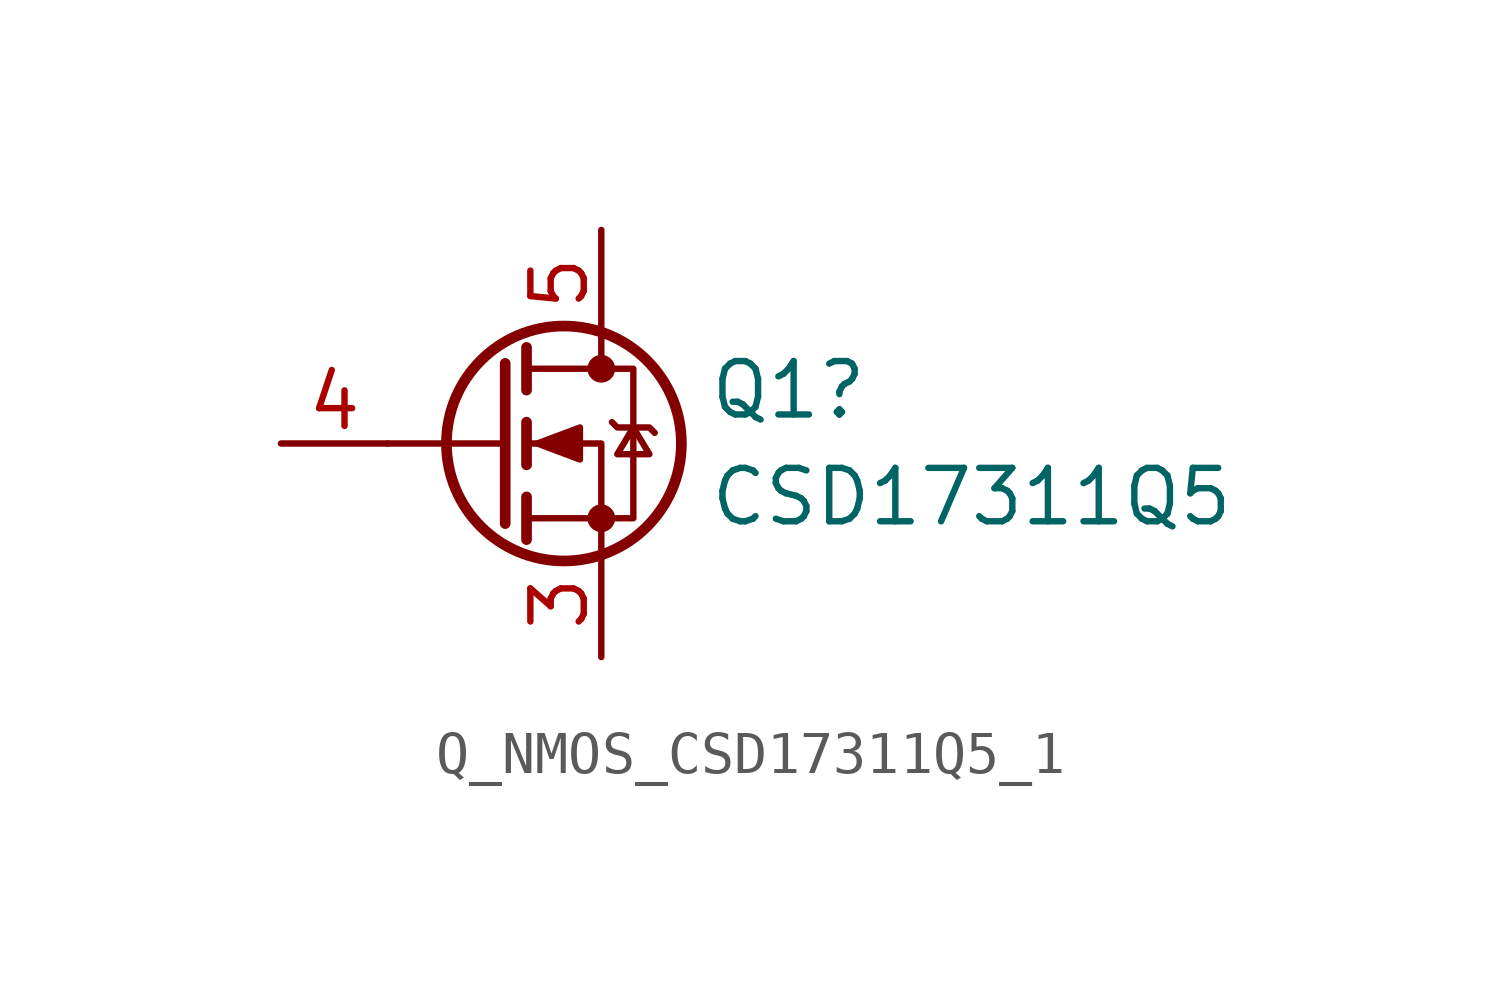
<source format=kicad_sym>
(kicad_symbol_lib
  (version 20220914)
  (generator kicad_symbol_editor)
  (symbol "Q_NMOS_CSD17311Q5_1"
    (pin_names
      (offset 0) hide)
    (property "Reference" "Q1"
      (at 5.08 1.27 0)
      (effects (font (size 1.27 1.27)) (justify left)))
    (property "Value" "CSD17311Q5"
      (at 5.08 -1.27 0)
      (effects (font (size 1.27 1.27)) (justify left)))
    (symbol "Q_NMOS_CSD17311Q5_1_0_1"
      (polyline (pts (xy 0.254 0) (xy -2.54 0)) (stroke (width 0) (type default)) (fill (type none)))
      (polyline (pts (xy 0.254 1.905) (xy 0.254 -1.905)) (stroke (width 0.254) (type default)) (fill (type none)))
      (polyline (pts (xy 0.762 -1.27) (xy 0.762 -2.286)) (stroke (width 0.254) (type default)) (fill (type none)))
      (polyline (pts (xy 0.762 0.508) (xy 0.762 -0.508)) (stroke (width 0.254) (type default)) (fill (type none)))
      (polyline (pts (xy 0.762 2.286) (xy 0.762 1.27)) (stroke (width 0.254) (type default)) (fill (type none)))
      (polyline (pts (xy 2.54 2.54) (xy 2.54 1.778)) (stroke (width 0) (type default)) (fill (type none)))
      (polyline (pts (xy 2.54 -2.54) (xy 2.54 0) (xy 0.762 0)) (stroke (width 0) (type default)) (fill (type none)))
      (polyline (pts (xy 0.762 -1.778) (xy 3.302 -1.778) (xy 3.302 1.778) (xy 0.762 1.778)) (stroke (width 0) (type default)) (fill (type none)))
      (polyline (pts (xy 1.016 0) (xy 2.032 0.381) (xy 2.032 -0.381) (xy 1.016 0)) (stroke (width 0) (type default)) (fill (type outline)))
      (polyline (pts (xy 2.794 0.508) (xy 2.921 0.381) (xy 3.683 0.381) (xy 3.81 0.254)) (stroke (width 0) (type default)) (fill (type none)))
      (polyline (pts (xy 3.302 0.381) (xy 2.921 -0.254) (xy 3.683 -0.254) (xy 3.302 0.381)) (stroke (width 0) (type default)) (fill (type none)))
      (circle (center 1.651 0) (radius 2.794) (stroke (width 0.254) (type default)) (fill (type none)))
      (circle (center 2.54 -1.778) (radius 0.254) (stroke (width 0) (type default)) (fill (type outline)))
      (circle (center 2.54 1.778) (radius 0.254) (stroke (width 0) (type default)) (fill (type outline))))
    (symbol "Q_NMOS_CSD17311Q5_1_1_1"
      (pin passive line (at 2.54 -5.08 90) (length 2.54) hide (name "" (effects (font (size 1.27 1.27)))) (number "1" (effects (font (size 1.27 1.27)))))
      (pin passive line (at 2.54 -5.08 90) (length 2.54) hide (name "" (effects (font (size 1.27 1.27)))) (number "2" (effects (font (size 1.27 1.27)))))
      (pin passive line (at 2.54 -5.08 90) (length 2.54) (name "S" (effects (font (size 1.27 1.27)))) (number "3" (effects (font (size 1.27 1.27)))))
      (pin input line (at -5.08 0 0) (length 2.54) (name "G" (effects (font (size 1.27 1.27)))) (number "4" (effects (font (size 1.27 1.27)))))
      (pin passive line (at 2.54 5.08 270) (length 2.54) (name "D" (effects (font (size 1.27 1.27)))) (number "5" (effects (font (size 1.27 1.27))))))))
</source>
